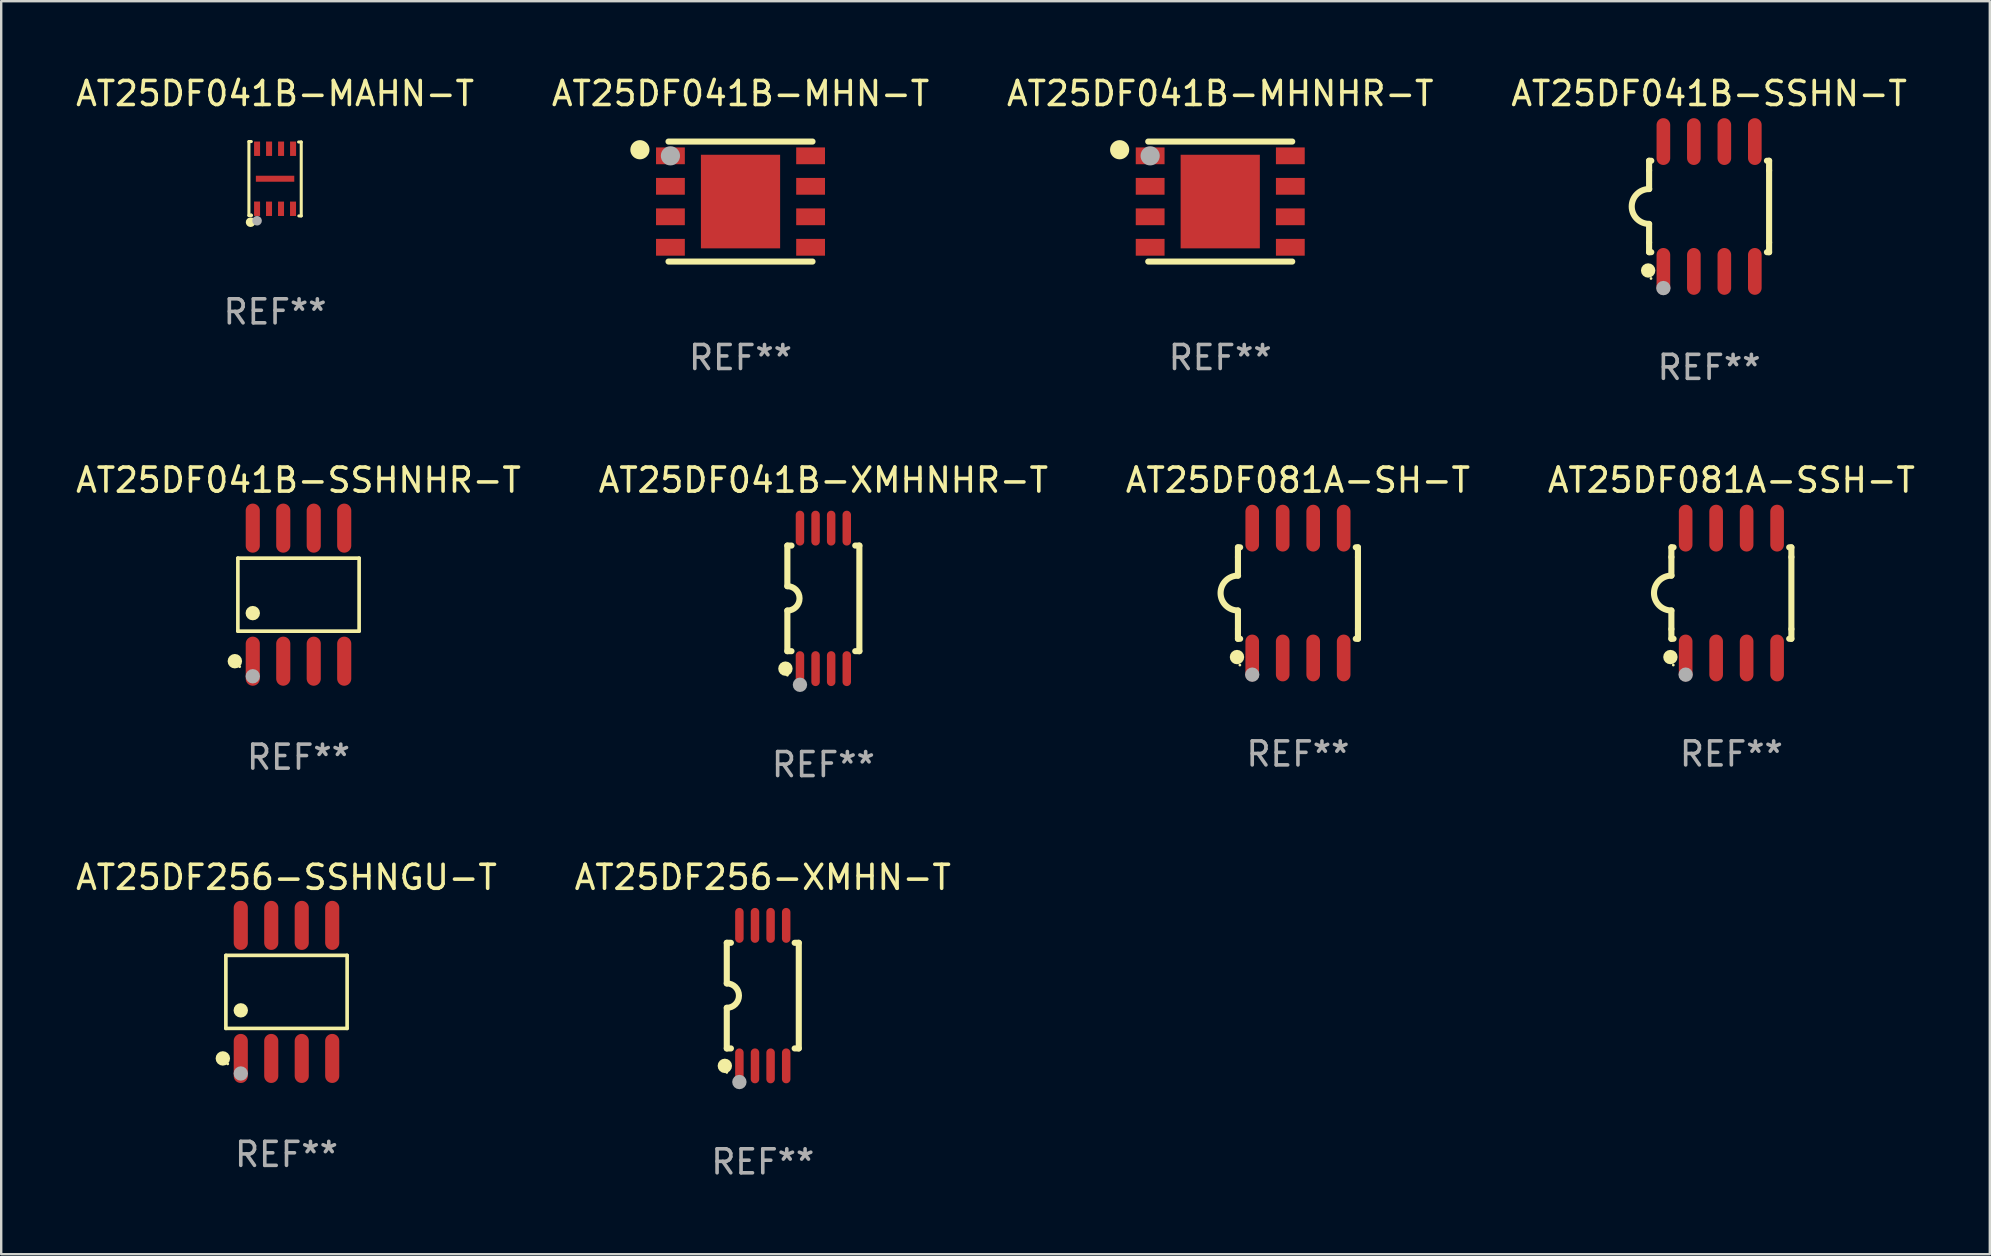
<source format=kicad_pcb>
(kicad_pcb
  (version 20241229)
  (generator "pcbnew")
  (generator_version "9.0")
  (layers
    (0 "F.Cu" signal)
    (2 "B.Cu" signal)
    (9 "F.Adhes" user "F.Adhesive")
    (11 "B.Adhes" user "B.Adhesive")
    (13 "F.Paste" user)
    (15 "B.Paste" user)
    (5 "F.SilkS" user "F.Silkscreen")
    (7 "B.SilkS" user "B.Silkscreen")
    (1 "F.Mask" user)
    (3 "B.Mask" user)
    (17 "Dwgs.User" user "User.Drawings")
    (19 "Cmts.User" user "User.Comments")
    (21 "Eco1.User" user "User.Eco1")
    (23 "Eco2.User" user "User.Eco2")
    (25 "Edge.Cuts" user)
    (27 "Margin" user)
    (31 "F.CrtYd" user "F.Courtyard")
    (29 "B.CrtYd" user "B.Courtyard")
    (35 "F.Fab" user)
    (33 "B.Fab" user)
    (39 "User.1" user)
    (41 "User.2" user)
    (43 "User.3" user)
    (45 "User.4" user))
  (footprint "AT25DF081A-SH-T"
    (layer "F.Cu")
    (at 51.03 21.66)
    (property "Reference" "AT25DF081A-SH-T" (at 0 -4.705 0) (layer "F.SilkS") (effects (font (size 1 1) (thickness 0.15))))
    (attr through_hole)
    (fp_line (start -2.5 -1.905) (end -2.409 -1.905) (stroke (width 0.254) (type solid)) (layer "F.SilkS"))
    (fp_line (start -2.5 -1.5) (end -2.5 -1.905) (stroke (width 0.254) (type solid)) (layer "F.SilkS"))
    (fp_line (start -2.5 -1.5) (end -2.5 -0.726) (stroke (width 0.254) (type solid)) (layer "F.SilkS"))
    (fp_line (start -2.5 1.5) (end -2.5 0.727) (stroke (width 0.254) (type solid)) (layer "F.SilkS"))
    (fp_line (start -2.5 1.5) (end -2.5 1.905) (stroke (width 0.254) (type solid)) (layer "F.SilkS"))
    (fp_line (start -2.5 1.905) (end -2.409 1.905) (stroke (width 0.254) (type solid)) (layer "F.SilkS"))
    (fp_line (start 2.5 -1.905) (end 2.409 -1.905) (stroke (width 0.254) (type solid)) (layer "F.SilkS"))
    (fp_line (start 2.5 -1.5) (end 2.5 -1.905) (stroke (width 0.254) (type solid)) (layer "F.SilkS"))
    (fp_line (start 2.5 -1.5) (end 2.5 1.5) (stroke (width 0.254) (type solid)) (layer "F.SilkS"))
    (fp_line (start 2.5 1.5) (end 2.5 1.905) (stroke (width 0.254) (type solid)) (layer "F.SilkS"))
    (fp_line (start 2.5 1.905) (end 2.409 1.905) (stroke (width 0.254) (type solid)) (layer "F.SilkS"))
    (fp_arc (start -2.5 0.726568) (mid -3.220316 -0.0023) (end -2.495097 -0.726289) (stroke (width 0.254001) (type solid)) (layer "F.SilkS"))
    (fp_circle (center -2.54 2.667) (end -2.39 2.667) (stroke (width 0.3) (type solid)) (fill no) (layer "F.SilkS"))
    (fp_circle (center -2.42 3) (end -2.39 3) (stroke (width 0.06) (type solid)) (fill no) (layer "F.SilkS"))
    (fp_circle (center -1.905 3.4) (end -1.755 3.4) (stroke (width 0.3) (type solid)) (fill no) (layer "F.Fab"))
    (fp_text user "REF**" (at 0 6.705 0) (layer "F.Fab") (effects (font (size 1 1) (thickness 0.15))))
    (pad "1" smd oval (at -1.905 2.705) (size 0.568 1.95) (layers "F.Cu" "F.Mask" "F.Paste"))
    (pad "2" smd oval (at -0.635 2.705) (size 0.568 1.95) (layers "F.Cu" "F.Mask" "F.Paste"))
    (pad "3" smd oval (at 0.635 2.705) (size 0.568 1.95) (layers "F.Cu" "F.Mask" "F.Paste"))
    (pad "4" smd oval (at 1.905 2.705) (size 0.568 1.95) (layers "F.Cu" "F.Mask" "F.Paste"))
    (pad "5" smd oval (at 1.905 -2.705) (size 0.568 1.95) (layers "F.Cu" "F.Mask" "F.Paste"))
    (pad "6" smd oval (at 0.635 -2.705) (size 0.568 1.95) (layers "F.Cu" "F.Mask" "F.Paste"))
    (pad "7" smd oval (at -0.635 -2.705) (size 0.568 1.95) (layers "F.Cu" "F.Mask" "F.Paste"))
    (pad "8" smd oval (at -1.905 -2.705) (size 0.568 1.95) (layers "F.Cu" "F.Mask" "F.Paste")))
  (footprint "AT25DF041B-MHN-T"
    (layer "F.Cu")
    (at 27.804 5.348)
    (property "Reference" "AT25DF041B-MHN-T" (at 0 -4.5 0) (layer "F.SilkS") (effects (font (size 1 1) (thickness 0.15))))
    (attr through_hole)
    (fp_line (start 3 -2.5) (end -3 -2.5) (stroke (width 0.254) (type solid)) (layer "F.SilkS"))
    (fp_line (start 3 2.5) (end -3 2.5) (stroke (width 0.254) (type solid)) (layer "F.SilkS"))
    (fp_circle (center -4.191 -2.159) (end -3.991 -2.159) (stroke (width 0.4) (type solid)) (fill no) (layer "F.SilkS"))
    (fp_circle (center -3 -2.5) (end -2.97 -2.5) (stroke (width 0.06) (type solid)) (fill no) (layer "F.SilkS"))
    (fp_circle (center -2.92 -1.905) (end -2.72 -1.905) (stroke (width 0.4) (type solid)) (fill no) (layer "F.Fab"))
    (fp_text user "REF**" (at 0 6.5 0) (layer "F.Fab") (effects (font (size 1 1) (thickness 0.15))))
    (pad "1" smd rect (at -2.92 -1.905) (size 1.2 0.7) (layers "F.Cu" "F.Mask" "F.Paste"))
    (pad "2" smd rect (at -2.92 -0.635) (size 1.2 0.7) (layers "F.Cu" "F.Mask" "F.Paste"))
    (pad "3" smd rect (at -2.92 0.635) (size 1.2 0.7) (layers "F.Cu" "F.Mask" "F.Paste"))
    (pad "4" smd rect (at -2.92 1.905) (size 1.2 0.7) (layers "F.Cu" "F.Mask" "F.Paste"))
    (pad "5" smd rect (at 2.92 1.905) (size 1.2 0.7) (layers "F.Cu" "F.Mask" "F.Paste"))
    (pad "6" smd rect (at 2.92 0.635) (size 1.2 0.7) (layers "F.Cu" "F.Mask" "F.Paste"))
    (pad "7" smd rect (at 2.92 -0.635) (size 1.2 0.7) (layers "F.Cu" "F.Mask" "F.Paste"))
    (pad "8" smd rect (at 2.92 -1.905) (size 1.2 0.7) (layers "F.Cu" "F.Mask" "F.Paste"))
    (pad "9" smd rect (at 0 0) (size 3.3 3.9) (layers "F.Cu" "F.Mask" "F.Paste")))
  (footprint "AT25DF041B-MHNHR-T"
    (layer "F.Cu")
    (at 47.792 5.348)
    (property "Reference" "AT25DF041B-MHNHR-T" (at 0 -4.5 0) (layer "F.SilkS") (effects (font (size 1 1) (thickness 0.15))))
    (attr through_hole)
    (fp_line (start 3 -2.5) (end -3 -2.5) (stroke (width 0.254) (type solid)) (layer "F.SilkS"))
    (fp_line (start 3 2.5) (end -3 2.5) (stroke (width 0.254) (type solid)) (layer "F.SilkS"))
    (fp_circle (center -4.191 -2.159) (end -3.991 -2.159) (stroke (width 0.4) (type solid)) (fill no) (layer "F.SilkS"))
    (fp_circle (center -3 -2.5) (end -2.97 -2.5) (stroke (width 0.06) (type solid)) (fill no) (layer "F.SilkS"))
    (fp_circle (center -2.92 -1.905) (end -2.72 -1.905) (stroke (width 0.4) (type solid)) (fill no) (layer "F.Fab"))
    (fp_text user "REF**" (at 0 6.5 0) (layer "F.Fab") (effects (font (size 1 1) (thickness 0.15))))
    (pad "1" smd rect (at -2.92 -1.905) (size 1.2 0.7) (layers "F.Cu" "F.Mask" "F.Paste"))
    (pad "2" smd rect (at -2.92 -0.635) (size 1.2 0.7) (layers "F.Cu" "F.Mask" "F.Paste"))
    (pad "3" smd rect (at -2.92 0.635) (size 1.2 0.7) (layers "F.Cu" "F.Mask" "F.Paste"))
    (pad "4" smd rect (at -2.92 1.905) (size 1.2 0.7) (layers "F.Cu" "F.Mask" "F.Paste"))
    (pad "5" smd rect (at 2.92 1.905) (size 1.2 0.7) (layers "F.Cu" "F.Mask" "F.Paste"))
    (pad "6" smd rect (at 2.92 0.635) (size 1.2 0.7) (layers "F.Cu" "F.Mask" "F.Paste"))
    (pad "7" smd rect (at 2.92 -0.635) (size 1.2 0.7) (layers "F.Cu" "F.Mask" "F.Paste"))
    (pad "8" smd rect (at 2.92 -1.905) (size 1.2 0.7) (layers "F.Cu" "F.Mask" "F.Paste"))
    (pad "9" smd rect (at 0 0) (size 3.3 3.9) (layers "F.Cu" "F.Mask" "F.Paste")))
  (footprint "AT25DF041B-SSHN-T"
    (layer "F.Cu")
    (at 68.161 5.553)
    (property "Reference" "AT25DF041B-SSHN-T" (at 0 -4.705 0) (layer "F.SilkS") (effects (font (size 1 1) (thickness 0.15))))
    (attr through_hole)
    (fp_line (start -2.5 -1.905) (end -2.409 -1.905) (stroke (width 0.254) (type solid)) (layer "F.SilkS"))
    (fp_line (start -2.5 -1.5) (end -2.5 -1.905) (stroke (width 0.254) (type solid)) (layer "F.SilkS"))
    (fp_line (start -2.5 -1.5) (end -2.5 -0.726) (stroke (width 0.254) (type solid)) (layer "F.SilkS"))
    (fp_line (start -2.5 1.5) (end -2.5 0.727) (stroke (width 0.254) (type solid)) (layer "F.SilkS"))
    (fp_line (start -2.5 1.5) (end -2.5 1.905) (stroke (width 0.254) (type solid)) (layer "F.SilkS"))
    (fp_line (start -2.5 1.905) (end -2.409 1.905) (stroke (width 0.254) (type solid)) (layer "F.SilkS"))
    (fp_line (start 2.5 -1.905) (end 2.409 -1.905) (stroke (width 0.254) (type solid)) (layer "F.SilkS"))
    (fp_line (start 2.5 -1.5) (end 2.5 -1.905) (stroke (width 0.254) (type solid)) (layer "F.SilkS"))
    (fp_line (start 2.5 -1.5) (end 2.5 1.5) (stroke (width 0.254) (type solid)) (layer "F.SilkS"))
    (fp_line (start 2.5 1.5) (end 2.5 1.905) (stroke (width 0.254) (type solid)) (layer "F.SilkS"))
    (fp_line (start 2.5 1.905) (end 2.409 1.905) (stroke (width 0.254) (type solid)) (layer "F.SilkS"))
    (fp_arc (start -2.5 0.726568) (mid -3.220316 -0.0023) (end -2.495097 -0.726289) (stroke (width 0.254001) (type solid)) (layer "F.SilkS"))
    (fp_circle (center -2.54 2.667) (end -2.39 2.667) (stroke (width 0.3) (type solid)) (fill no) (layer "F.SilkS"))
    (fp_circle (center -2.42 3) (end -2.39 3) (stroke (width 0.06) (type solid)) (fill no) (layer "F.SilkS"))
    (fp_circle (center -1.905 3.4) (end -1.755 3.4) (stroke (width 0.3) (type solid)) (fill no) (layer "F.Fab"))
    (fp_text user "REF**" (at 0 6.705 0) (layer "F.Fab") (effects (font (size 1 1) (thickness 0.15))))
    (pad "1" smd oval (at -1.905 2.705) (size 0.568 1.95) (layers "F.Cu" "F.Mask" "F.Paste"))
    (pad "2" smd oval (at -0.635 2.705) (size 0.568 1.95) (layers "F.Cu" "F.Mask" "F.Paste"))
    (pad "3" smd oval (at 0.635 2.705) (size 0.568 1.95) (layers "F.Cu" "F.Mask" "F.Paste"))
    (pad "4" smd oval (at 1.905 2.705) (size 0.568 1.95) (layers "F.Cu" "F.Mask" "F.Paste"))
    (pad "5" smd oval (at 1.905 -2.705) (size 0.568 1.95) (layers "F.Cu" "F.Mask" "F.Paste"))
    (pad "6" smd oval (at 0.635 -2.705) (size 0.568 1.95) (layers "F.Cu" "F.Mask" "F.Paste"))
    (pad "7" smd oval (at -0.635 -2.705) (size 0.568 1.95) (layers "F.Cu" "F.Mask" "F.Paste"))
    (pad "8" smd oval (at -1.905 -2.705) (size 0.568 1.95) (layers "F.Cu" "F.Mask" "F.Paste")))
  (footprint "AT25DF041B-MAHN-T"
    (layer "F.Cu")
    (at 8.411 4.397)
    (property "Reference" "AT25DF041B-MAHN-T" (at 0 -3.549 0) (layer "F.SilkS") (effects (font (size 1 1) (thickness 0.15))))
    (attr through_hole)
    (fp_line (start -1.09 -1.549) (end -1.09 1.531) (stroke (width 0.127) (type solid)) (layer "F.SilkS"))
    (fp_line (start -1.09 1.531) (end -0.98 1.531) (stroke (width 0.127) (type solid)) (layer "F.SilkS"))
    (fp_line (start -0.99 -1.549) (end -1.09 -1.549) (stroke (width 0.127) (type solid)) (layer "F.SilkS"))
    (fp_line (start 0.99 1.549) (end 1.09 1.549) (stroke (width 0.127) (type solid)) (layer "F.SilkS"))
    (fp_line (start 1.09 -1.531) (end 0.98 -1.531) (stroke (width 0.127) (type solid)) (layer "F.SilkS"))
    (fp_line (start 1.09 1.549) (end 1.09 -1.531) (stroke (width 0.127) (type solid)) (layer "F.SilkS"))
    (fp_circle (center -1.02 1.811) (end -0.92 1.811) (stroke (width 0.2) (type solid)) (fill no) (layer "F.SilkS"))
    (fp_circle (center -1 1.5) (end -0.97 1.5) (stroke (width 0.06) (type solid)) (fill no) (layer "F.SilkS"))
    (fp_circle (center -0.75 1.751) (end -0.65 1.751) (stroke (width 0.2) (type solid)) (fill no) (layer "F.Fab"))
    (fp_text user "REF**" (at 0 5.549 0) (layer "F.Fab") (effects (font (size 1 1) (thickness 0.15))))
    (pad "1" smd rect (at -0.75 1.25 180) (size 0.25 0.6) (layers "F.Cu" "F.Mask" "F.Paste"))
    (pad "2" smd rect (at -0.252 1.252 180) (size 0.25 0.6) (layers "F.Cu" "F.Mask" "F.Paste"))
    (pad "3" smd rect (at 0.248 1.252 180) (size 0.25 0.6) (layers "F.Cu" "F.Mask" "F.Paste"))
    (pad "4" smd rect (at 0.748 1.252 180) (size 0.25 0.6) (layers "F.Cu" "F.Mask" "F.Paste"))
    (pad "5" smd rect (at 0.75 -1.25 180) (size 0.25 0.6) (layers "F.Cu" "F.Mask" "F.Paste"))
    (pad "6" smd rect (at 0.25 -1.25 180) (size 0.25 0.6) (layers "F.Cu" "F.Mask" "F.Paste"))
    (pad "7" smd rect (at -0.25 -1.25 180) (size 0.25 0.6) (layers "F.Cu" "F.Mask" "F.Paste"))
    (pad "8" smd rect (at -0.75 -1.25 180) (size 0.25 0.6) (layers "F.Cu" "F.Mask" "F.Paste"))
    (pad "9" smd rect (at -0.000102 0 270) (size 0.25 1.6) (layers "F.Cu" "F.Mask" "F.Paste")))
  (footprint "AT25DF041B-XMHNHR-T"
    (layer "F.Cu")
    (at 31.256 21.882)
    (property "Reference" "AT25DF041B-XMHNHR-T" (at 0 -4.927 0) (layer "F.SilkS") (effects (font (size 1 1) (thickness 0.15))))
    (attr through_hole)
    (fp_line (start -1.5 -2.2) (end -1.5 -0.508) (stroke (width 0.254) (type solid)) (layer "F.SilkS"))
    (fp_line (start -1.5 -2.2) (end -1.328 -2.2) (stroke (width 0.254) (type solid)) (layer "F.SilkS"))
    (fp_line (start -1.5 2.2) (end -1.5 0.508) (stroke (width 0.254) (type solid)) (layer "F.SilkS"))
    (fp_line (start -1.5 2.2) (end -1.328 2.2) (stroke (width 0.254) (type solid)) (layer "F.SilkS"))
    (fp_line (start 1.328 -2.2) (end 1.5 -2.2) (stroke (width 0.254) (type solid)) (layer "F.SilkS"))
    (fp_line (start 1.328 2.2) (end 1.5 2.2) (stroke (width 0.254) (type solid)) (layer "F.SilkS"))
    (fp_line (start 1.5 -2.2) (end 1.5 2.2) (stroke (width 0.254) (type solid)) (layer "F.SilkS"))
    (fp_arc (start -1.501144 -0.508) (mid -0.993143 -0.000571) (end -1.5 0.508001) (stroke (width 0.254001) (type solid)) (layer "F.SilkS"))
    (fp_circle (center -1.581 2.927) (end -1.431 2.927) (stroke (width 0.3) (type solid)) (fill no) (layer "F.SilkS"))
    (fp_circle (center -1.5 3.2) (end -1.47 3.2) (stroke (width 0.06) (type solid)) (fill no) (layer "F.SilkS"))
    (fp_circle (center -0.975 3.6) (end -0.825 3.6) (stroke (width 0.3) (type solid)) (fill no) (layer "F.Fab"))
    (fp_text user "REF**" (at 0 6.927 0) (layer "F.Fab") (effects (font (size 1 1) (thickness 0.15))))
    (pad "1" smd oval (at -0.975 2.927) (size 0.353 1.454) (layers "F.Cu" "F.Mask" "F.Paste"))
    (pad "2" smd oval (at -0.325 2.927) (size 0.353 1.454) (layers "F.Cu" "F.Mask" "F.Paste"))
    (pad "3" smd oval (at 0.325 2.927) (size 0.353 1.454) (layers "F.Cu" "F.Mask" "F.Paste"))
    (pad "4" smd oval (at 0.975 2.927) (size 0.353 1.454) (layers "F.Cu" "F.Mask" "F.Paste"))
    (pad "5" smd oval (at 0.975 -2.927) (size 0.353 1.454) (layers "F.Cu" "F.Mask" "F.Paste"))
    (pad "6" smd oval (at 0.325 -2.927) (size 0.353 1.454) (layers "F.Cu" "F.Mask" "F.Paste"))
    (pad "7" smd oval (at -0.325 -2.927) (size 0.353 1.454) (layers "F.Cu" "F.Mask" "F.Paste"))
    (pad "8" smd oval (at -0.975 -2.927) (size 0.353 1.454) (layers "F.Cu" "F.Mask" "F.Paste")))
  (footprint "AT25DF081A-SSH-T"
    (layer "F.Cu")
    (at 69.089 21.66)
    (property "Reference" "AT25DF081A-SSH-T" (at 0 -4.705 0) (layer "F.SilkS") (effects (font (size 1 1) (thickness 0.15))))
    (attr through_hole)
    (fp_line (start -2.5 -1.905) (end -2.409 -1.905) (stroke (width 0.254) (type solid)) (layer "F.SilkS"))
    (fp_line (start -2.5 -1.5) (end -2.5 -1.905) (stroke (width 0.254) (type solid)) (layer "F.SilkS"))
    (fp_line (start -2.5 -1.5) (end -2.5 -0.726) (stroke (width 0.254) (type solid)) (layer "F.SilkS"))
    (fp_line (start -2.5 1.5) (end -2.5 0.727) (stroke (width 0.254) (type solid)) (layer "F.SilkS"))
    (fp_line (start -2.5 1.5) (end -2.5 1.905) (stroke (width 0.254) (type solid)) (layer "F.SilkS"))
    (fp_line (start -2.5 1.905) (end -2.409 1.905) (stroke (width 0.254) (type solid)) (layer "F.SilkS"))
    (fp_line (start 2.5 -1.905) (end 2.409 -1.905) (stroke (width 0.254) (type solid)) (layer "F.SilkS"))
    (fp_line (start 2.5 -1.5) (end 2.5 -1.905) (stroke (width 0.254) (type solid)) (layer "F.SilkS"))
    (fp_line (start 2.5 -1.5) (end 2.5 1.5) (stroke (width 0.254) (type solid)) (layer "F.SilkS"))
    (fp_line (start 2.5 1.5) (end 2.5 1.905) (stroke (width 0.254) (type solid)) (layer "F.SilkS"))
    (fp_line (start 2.5 1.905) (end 2.409 1.905) (stroke (width 0.254) (type solid)) (layer "F.SilkS"))
    (fp_arc (start -2.5 0.726568) (mid -3.220316 -0.0023) (end -2.495097 -0.726289) (stroke (width 0.254001) (type solid)) (layer "F.SilkS"))
    (fp_circle (center -2.54 2.667) (end -2.39 2.667) (stroke (width 0.3) (type solid)) (fill no) (layer "F.SilkS"))
    (fp_circle (center -2.42 3) (end -2.39 3) (stroke (width 0.06) (type solid)) (fill no) (layer "F.SilkS"))
    (fp_circle (center -1.905 3.4) (end -1.755 3.4) (stroke (width 0.3) (type solid)) (fill no) (layer "F.Fab"))
    (fp_text user "REF**" (at 0 6.705 0) (layer "F.Fab") (effects (font (size 1 1) (thickness 0.15))))
    (pad "1" smd oval (at -1.905 2.705) (size 0.568 1.95) (layers "F.Cu" "F.Mask" "F.Paste"))
    (pad "2" smd oval (at -0.635 2.705) (size 0.568 1.95) (layers "F.Cu" "F.Mask" "F.Paste"))
    (pad "3" smd oval (at 0.635 2.705) (size 0.568 1.95) (layers "F.Cu" "F.Mask" "F.Paste"))
    (pad "4" smd oval (at 1.905 2.705) (size 0.568 1.95) (layers "F.Cu" "F.Mask" "F.Paste"))
    (pad "5" smd oval (at 1.905 -2.705) (size 0.568 1.95) (layers "F.Cu" "F.Mask" "F.Paste"))
    (pad "6" smd oval (at 0.635 -2.705) (size 0.568 1.95) (layers "F.Cu" "F.Mask" "F.Paste"))
    (pad "7" smd oval (at -0.635 -2.705) (size 0.568 1.95) (layers "F.Cu" "F.Mask" "F.Paste"))
    (pad "8" smd oval (at -1.905 -2.705) (size 0.568 1.95) (layers "F.Cu" "F.Mask" "F.Paste")))
  (footprint "AT25DF256-SSHNGU-T"
    (layer "F.Cu")
    (at 8.887 38.278)
    (property "Reference" "AT25DF256-SSHNGU-T" (at 0 -4.772 0) (layer "F.SilkS") (effects (font (size 1 1) (thickness 0.15))))
    (attr through_hole)
    (fp_line (start -2.526 -1.521) (end 2.526 -1.521) (stroke (width 0.152) (type solid)) (layer "F.SilkS"))
    (fp_line (start -2.526 1.521) (end -2.526 -1.521) (stroke (width 0.152) (type solid)) (layer "F.SilkS"))
    (fp_line (start 2.526 -1.521) (end 2.526 1.521) (stroke (width 0.152) (type solid)) (layer "F.SilkS"))
    (fp_line (start 2.526 1.521) (end -2.526 1.521) (stroke (width 0.152) (type solid)) (layer "F.SilkS"))
    (fp_circle (center -2.652 2.772) (end -2.501 2.772) (stroke (width 0.3) (type solid)) (fill no) (layer "F.SilkS"))
    (fp_circle (center -2.45 3) (end -2.42 3) (stroke (width 0.06) (type solid)) (fill no) (layer "F.SilkS"))
    (fp_circle (center -1.905 0.769) (end -1.755 0.769) (stroke (width 0.3) (type solid)) (fill no) (layer "F.SilkS"))
    (fp_circle (center -1.905 3.4) (end -1.755 3.4) (stroke (width 0.3) (type solid)) (fill no) (layer "F.Fab"))
    (fp_text user "REF**" (at 0 6.772 0) (layer "F.Fab") (effects (font (size 1 1) (thickness 0.15))))
    (pad "1" smd oval (at -1.905 2.772) (size 0.588 2.045) (layers "F.Cu" "F.Mask" "F.Paste"))
    (pad "2" smd oval (at -0.635 2.772) (size 0.588 2.045) (layers "F.Cu" "F.Mask" "F.Paste"))
    (pad "3" smd oval (at 0.635 2.772) (size 0.588 2.045) (layers "F.Cu" "F.Mask" "F.Paste"))
    (pad "4" smd oval (at 1.905 2.772) (size 0.588 2.045) (layers "F.Cu" "F.Mask" "F.Paste"))
    (pad "5" smd oval (at 1.905 -2.772) (size 0.588 2.045) (layers "F.Cu" "F.Mask" "F.Paste"))
    (pad "6" smd oval (at 0.635 -2.772) (size 0.588 2.045) (layers "F.Cu" "F.Mask" "F.Paste"))
    (pad "7" smd oval (at -0.635 -2.772) (size 0.588 2.045) (layers "F.Cu" "F.Mask" "F.Paste"))
    (pad "8" smd oval (at -1.905 -2.772) (size 0.588 2.045) (layers "F.Cu" "F.Mask" "F.Paste")))
  (footprint "AT25DF256-XMHN-T"
    (layer "F.Cu")
    (at 28.732 38.433)
    (property "Reference" "AT25DF256-XMHN-T" (at 0 -4.927 0) (layer "F.SilkS") (effects (font (size 1 1) (thickness 0.15))))
    (attr through_hole)
    (fp_line (start -1.5 -2.2) (end -1.5 -0.508) (stroke (width 0.254) (type solid)) (layer "F.SilkS"))
    (fp_line (start -1.5 -2.2) (end -1.328 -2.2) (stroke (width 0.254) (type solid)) (layer "F.SilkS"))
    (fp_line (start -1.5 2.2) (end -1.5 0.508) (stroke (width 0.254) (type solid)) (layer "F.SilkS"))
    (fp_line (start -1.5 2.2) (end -1.328 2.2) (stroke (width 0.254) (type solid)) (layer "F.SilkS"))
    (fp_line (start 1.328 -2.2) (end 1.5 -2.2) (stroke (width 0.254) (type solid)) (layer "F.SilkS"))
    (fp_line (start 1.328 2.2) (end 1.5 2.2) (stroke (width 0.254) (type solid)) (layer "F.SilkS"))
    (fp_line (start 1.5 -2.2) (end 1.5 2.2) (stroke (width 0.254) (type solid)) (layer "F.SilkS"))
    (fp_arc (start -1.501144 -0.508) (mid -0.993143 -0.000571) (end -1.5 0.508001) (stroke (width 0.254001) (type solid)) (layer "F.SilkS"))
    (fp_circle (center -1.581 2.927) (end -1.431 2.927) (stroke (width 0.3) (type solid)) (fill no) (layer "F.SilkS"))
    (fp_circle (center -1.5 3.2) (end -1.47 3.2) (stroke (width 0.06) (type solid)) (fill no) (layer "F.SilkS"))
    (fp_circle (center -0.975 3.6) (end -0.825 3.6) (stroke (width 0.3) (type solid)) (fill no) (layer "F.Fab"))
    (fp_text user "REF**" (at 0 6.927 0) (layer "F.Fab") (effects (font (size 1 1) (thickness 0.15))))
    (pad "1" smd oval (at -0.975 2.927) (size 0.353 1.454) (layers "F.Cu" "F.Mask" "F.Paste"))
    (pad "2" smd oval (at -0.325 2.927) (size 0.353 1.454) (layers "F.Cu" "F.Mask" "F.Paste"))
    (pad "3" smd oval (at 0.325 2.927) (size 0.353 1.454) (layers "F.Cu" "F.Mask" "F.Paste"))
    (pad "4" smd oval (at 0.975 2.927) (size 0.353 1.454) (layers "F.Cu" "F.Mask" "F.Paste"))
    (pad "5" smd oval (at 0.975 -2.927) (size 0.353 1.454) (layers "F.Cu" "F.Mask" "F.Paste"))
    (pad "6" smd oval (at 0.325 -2.927) (size 0.353 1.454) (layers "F.Cu" "F.Mask" "F.Paste"))
    (pad "7" smd oval (at -0.325 -2.927) (size 0.353 1.454) (layers "F.Cu" "F.Mask" "F.Paste"))
    (pad "8" smd oval (at -0.975 -2.927) (size 0.353 1.454) (layers "F.Cu" "F.Mask" "F.Paste")))
  (footprint "AT25DF041B-SSHNHR-T"
    (layer "F.Cu")
    (at 9.387 21.727)
    (property "Reference" "AT25DF041B-SSHNHR-T" (at 0 -4.772 0) (layer "F.SilkS") (effects (font (size 1 1) (thickness 0.15))))
    (attr through_hole)
    (fp_line (start -2.526 -1.521) (end 2.526 -1.521) (stroke (width 0.152) (type solid)) (layer "F.SilkS"))
    (fp_line (start -2.526 1.521) (end -2.526 -1.521) (stroke (width 0.152) (type solid)) (layer "F.SilkS"))
    (fp_line (start 2.526 -1.521) (end 2.526 1.521) (stroke (width 0.152) (type solid)) (layer "F.SilkS"))
    (fp_line (start 2.526 1.521) (end -2.526 1.521) (stroke (width 0.152) (type solid)) (layer "F.SilkS"))
    (fp_circle (center -2.652 2.772) (end -2.501 2.772) (stroke (width 0.3) (type solid)) (fill no) (layer "F.SilkS"))
    (fp_circle (center -2.45 3) (end -2.42 3) (stroke (width 0.06) (type solid)) (fill no) (layer "F.SilkS"))
    (fp_circle (center -1.905 0.769) (end -1.755 0.769) (stroke (width 0.3) (type solid)) (fill no) (layer "F.SilkS"))
    (fp_circle (center -1.905 3.4) (end -1.755 3.4) (stroke (width 0.3) (type solid)) (fill no) (layer "F.Fab"))
    (fp_text user "REF**" (at 0 6.772 0) (layer "F.Fab") (effects (font (size 1 1) (thickness 0.15))))
    (pad "1" smd oval (at -1.905 2.772) (size 0.588 2.045) (layers "F.Cu" "F.Mask" "F.Paste"))
    (pad "2" smd oval (at -0.635 2.772) (size 0.588 2.045) (layers "F.Cu" "F.Mask" "F.Paste"))
    (pad "3" smd oval (at 0.635 2.772) (size 0.588 2.045) (layers "F.Cu" "F.Mask" "F.Paste"))
    (pad "4" smd oval (at 1.905 2.772) (size 0.588 2.045) (layers "F.Cu" "F.Mask" "F.Paste"))
    (pad "5" smd oval (at 1.905 -2.772) (size 0.588 2.045) (layers "F.Cu" "F.Mask" "F.Paste"))
    (pad "6" smd oval (at 0.635 -2.772) (size 0.588 2.045) (layers "F.Cu" "F.Mask" "F.Paste"))
    (pad "7" smd oval (at -0.635 -2.772) (size 0.588 2.045) (layers "F.Cu" "F.Mask" "F.Paste"))
    (pad "8" smd oval (at -1.905 -2.772) (size 0.588 2.045) (layers "F.Cu" "F.Mask" "F.Paste")))
  (gr_rect
    (start -3 -3)
    (end 79.857 49.208)
    (stroke (width 0.1) (type default))
    (fill no)
    (layer "Edge.Cuts")))
</source>
